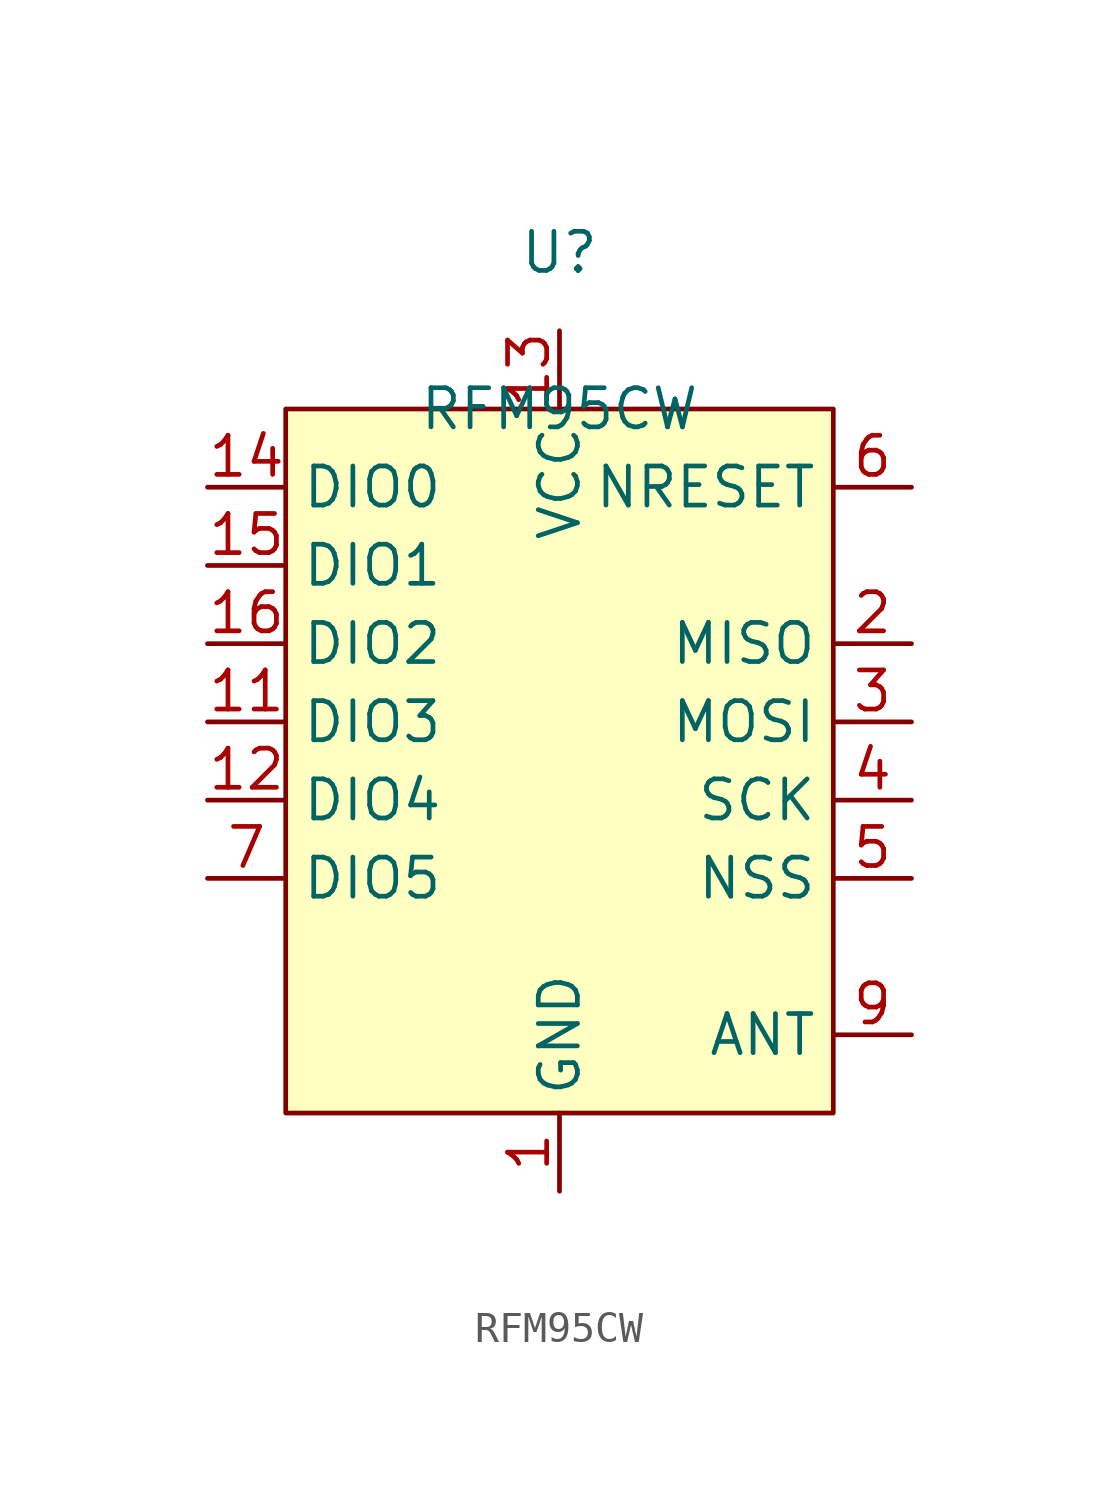
<source format=kicad_sym>
(kicad_symbol_lib
  (version 20220914)
  (generator kicad_symbol_editor)
  (symbol "RFM95CW"
    (property "Reference" "U"
      (at 0 5.08 0)
      (effects (font (size 1.27 1.27))))
    (property "Value" "RFM95CW"
      (at 0 0 0)
      (effects (font (size 1.27 1.27))))
    (symbol "RFM95CW_0_1"
      (rectangle (start -8.89 0) (end 8.89 -22.86) (stroke (width 0) (type default)) (fill (type background))))
    (symbol "RFM95CW_1_1"
      (pin passive line (at 0 -25.4 90) (length 2.54) (name "GND" (effects (font (size 1.27 1.27)))) (number "1" (effects (font (size 1.27 1.27)))))
      (pin passive line (at 0 -25.4 90) (length 2.54) hide (name "GND" (effects (font (size 1.27 1.27)))) (number "10" (effects (font (size 1.27 1.27)))))
      (pin bidirectional line (at -11.43 -10.16 0) (length 2.54) (name "DIO3" (effects (font (size 1.27 1.27)))) (number "11" (effects (font (size 1.27 1.27)))))
      (pin bidirectional line (at -11.43 -12.7 0) (length 2.54) (name "DIO4" (effects (font (size 1.27 1.27)))) (number "12" (effects (font (size 1.27 1.27)))))
      (pin power_in line (at 0 2.54 270) (length 2.54) (name "VCC" (effects (font (size 1.27 1.27)))) (number "13" (effects (font (size 1.27 1.27)))))
      (pin bidirectional line (at -11.43 -2.54 0) (length 2.54) (name "DIO0" (effects (font (size 1.27 1.27)))) (number "14" (effects (font (size 1.27 1.27)))))
      (pin bidirectional line (at -11.43 -5.08 0) (length 2.54) (name "DIO1" (effects (font (size 1.27 1.27)))) (number "15" (effects (font (size 1.27 1.27)))))
      (pin bidirectional line (at -11.43 -7.62 0) (length 2.54) (name "DIO2" (effects (font (size 1.27 1.27)))) (number "16" (effects (font (size 1.27 1.27)))))
      (pin output line (at 11.43 -7.62 180) (length 2.54) (name "MISO" (effects (font (size 1.27 1.27)))) (number "2" (effects (font (size 1.27 1.27)))))
      (pin input line (at 11.43 -10.16 180) (length 2.54) (name "MOSI" (effects (font (size 1.27 1.27)))) (number "3" (effects (font (size 1.27 1.27)))))
      (pin input line (at 11.43 -12.7 180) (length 2.54) (name "SCK" (effects (font (size 1.27 1.27)))) (number "4" (effects (font (size 1.27 1.27)))))
      (pin input line (at 11.43 -15.24 180) (length 2.54) (name "NSS" (effects (font (size 1.27 1.27)))) (number "5" (effects (font (size 1.27 1.27)))))
      (pin input line (at 11.43 -2.54 180) (length 2.54) (name "NRESET" (effects (font (size 1.27 1.27)))) (number "6" (effects (font (size 1.27 1.27)))))
      (pin bidirectional line (at -11.43 -15.24 0) (length 2.54) (name "DIO5" (effects (font (size 1.27 1.27)))) (number "7" (effects (font (size 1.27 1.27)))))
      (pin passive line (at 0 -25.4 90) (length 2.54) hide (name "GND" (effects (font (size 1.27 1.27)))) (number "8" (effects (font (size 1.27 1.27)))))
      (pin passive line (at 11.43 -20.32 180) (length 2.54) (name "ANT" (effects (font (size 1.27 1.27)))) (number "9" (effects (font (size 1.27 1.27))))))))
</source>
